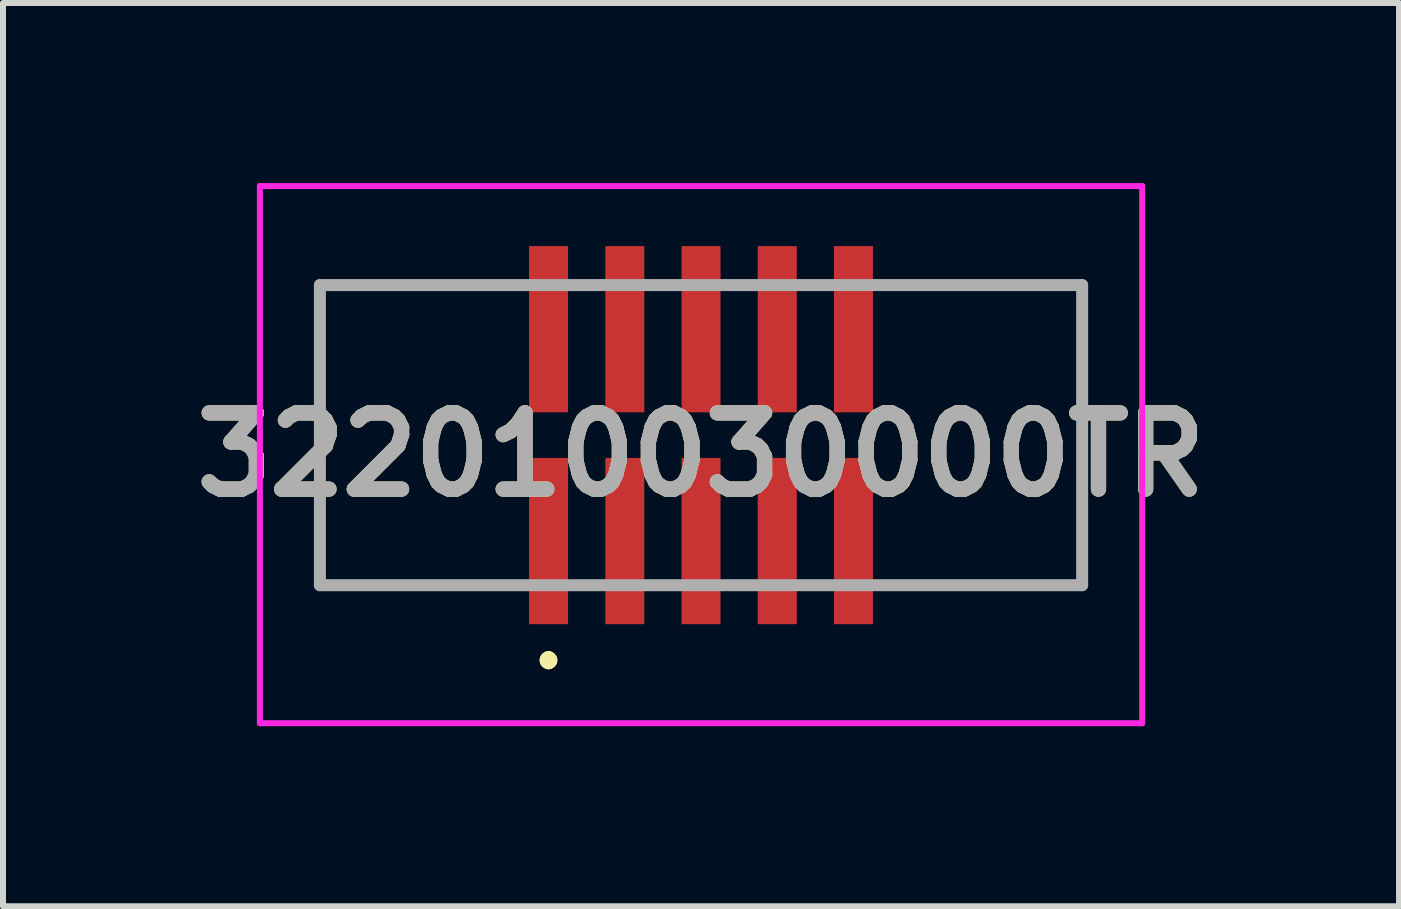
<source format=kicad_pcb>
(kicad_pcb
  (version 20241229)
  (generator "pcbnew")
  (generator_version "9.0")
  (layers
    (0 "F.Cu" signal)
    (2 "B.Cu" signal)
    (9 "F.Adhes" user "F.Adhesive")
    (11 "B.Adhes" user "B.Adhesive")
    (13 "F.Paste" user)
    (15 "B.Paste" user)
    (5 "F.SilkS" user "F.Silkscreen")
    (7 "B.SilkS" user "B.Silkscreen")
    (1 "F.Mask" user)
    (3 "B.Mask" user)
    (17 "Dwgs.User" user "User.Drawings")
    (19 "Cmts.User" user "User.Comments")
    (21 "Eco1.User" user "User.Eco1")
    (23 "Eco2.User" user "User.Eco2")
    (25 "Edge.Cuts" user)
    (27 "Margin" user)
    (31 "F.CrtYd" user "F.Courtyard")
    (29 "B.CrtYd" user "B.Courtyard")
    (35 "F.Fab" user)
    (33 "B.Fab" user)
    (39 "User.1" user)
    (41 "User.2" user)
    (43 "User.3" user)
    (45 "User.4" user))
  (footprint "322010030000TR"
    (layer "F.Cu")
    (at 8.63 4.2)
    (property "Reference" "322010030000TR" (at 0 0.325 0) (layer "F.SilkS") (effects (font (size 1.27 1.27) (thickness 0.254))))
    (attr smd)
    (fp_line (start -6.35 -2.5) (end -6.35 -2.5) (stroke (width 0.1) (type solid)) (layer "F.SilkS"))
    (fp_line (start -6.35 -2.5) (end -6.35 -2.5) (stroke (width 0.1) (type solid)) (layer "F.SilkS"))
    (fp_line (start -6.35 -2.5) (end -6.35 2.5) (stroke (width 0.1) (type solid)) (layer "F.SilkS"))
    (fp_line (start -6.35 -2.5) (end -3.5 -2.5) (stroke (width 0.1) (type solid)) (layer "F.SilkS"))
    (fp_line (start -6.35 2.5) (end -6.35 -2.5) (stroke (width 0.1) (type solid)) (layer "F.SilkS"))
    (fp_line (start -6.35 2.5) (end -6.35 2.5) (stroke (width 0.1) (type solid)) (layer "F.SilkS"))
    (fp_line (start -6.35 2.5) (end -6.35 2.5) (stroke (width 0.1) (type solid)) (layer "F.SilkS"))
    (fp_line (start -6.35 2.5) (end -3.5 2.5) (stroke (width 0.1) (type solid)) (layer "F.SilkS"))
    (fp_line (start -3.5 -2.5) (end -6.35 -2.5) (stroke (width 0.1) (type solid)) (layer "F.SilkS"))
    (fp_line (start -3.5 -2.5) (end -3.5 -2.5) (stroke (width 0.1) (type solid)) (layer "F.SilkS"))
    (fp_line (start -3.5 2.5) (end -6.35 2.5) (stroke (width 0.1) (type solid)) (layer "F.SilkS"))
    (fp_line (start -3.5 2.5) (end -3.5 2.5) (stroke (width 0.1) (type solid)) (layer "F.SilkS"))
    (fp_line (start -2.54 3.7) (end -2.54 3.7) (stroke (width 0.2) (type solid)) (layer "F.SilkS"))
    (fp_line (start -2.54 3.7) (end -2.54 3.7) (stroke (width 0.2) (type solid)) (layer "F.SilkS"))
    (fp_line (start -2.54 3.8) (end -2.54 3.8) (stroke (width 0.2) (type solid)) (layer "F.SilkS"))
    (fp_line (start 3.5 -2.5) (end 3.5 -2.5) (stroke (width 0.1) (type solid)) (layer "F.SilkS"))
    (fp_line (start 3.5 -2.5) (end 6.35 -2.5) (stroke (width 0.1) (type solid)) (layer "F.SilkS"))
    (fp_line (start 3.5 2.5) (end 3.5 2.5) (stroke (width 0.1) (type solid)) (layer "F.SilkS"))
    (fp_line (start 3.5 2.5) (end 6.35 2.5) (stroke (width 0.1) (type solid)) (layer "F.SilkS"))
    (fp_line (start 6.35 -2.5) (end 3.5 -2.5) (stroke (width 0.1) (type solid)) (layer "F.SilkS"))
    (fp_line (start 6.35 -2.5) (end 6.35 -2.5) (stroke (width 0.1) (type solid)) (layer "F.SilkS"))
    (fp_line (start 6.35 -2.5) (end 6.35 -2.5) (stroke (width 0.1) (type solid)) (layer "F.SilkS"))
    (fp_line (start 6.35 -2.5) (end 6.35 2.5) (stroke (width 0.1) (type solid)) (layer "F.SilkS"))
    (fp_line (start 6.35 2.5) (end 3.5 2.5) (stroke (width 0.1) (type solid)) (layer "F.SilkS"))
    (fp_line (start 6.35 2.5) (end 6.35 -2.5) (stroke (width 0.1) (type solid)) (layer "F.SilkS"))
    (fp_line (start 6.35 2.5) (end 6.35 2.5) (stroke (width 0.1) (type solid)) (layer "F.SilkS"))
    (fp_line (start 6.35 2.5) (end 6.35 2.5) (stroke (width 0.1) (type solid)) (layer "F.SilkS"))
    (fp_arc (start -2.54 3.7) (mid -2.49 3.75) (end -2.54 3.8) (stroke (width 0.2) (type solid)) (layer "F.SilkS"))
    (fp_arc (start -2.54 3.8) (mid -2.59 3.75) (end -2.54 3.7) (stroke (width 0.2) (type solid)) (layer "F.SilkS"))
    (fp_arc (start -2.54 3.8) (mid -2.59 3.75) (end -2.54 3.7) (stroke (width 0.2) (type solid)) (layer "F.SilkS"))
    (fp_line (start -7.35 -4.15) (end 7.35 -4.15) (stroke (width 0.1) (type solid)) (layer "F.CrtYd"))
    (fp_line (start -7.35 4.8) (end -7.35 -4.15) (stroke (width 0.1) (type solid)) (layer "F.CrtYd"))
    (fp_line (start 7.35 -4.15) (end 7.35 4.8) (stroke (width 0.1) (type solid)) (layer "F.CrtYd"))
    (fp_line (start 7.35 4.8) (end -7.35 4.8) (stroke (width 0.1) (type solid)) (layer "F.CrtYd"))
    (fp_line (start -6.35 -2.5) (end -6.35 2.5) (stroke (width 0.2) (type solid)) (layer "F.Fab"))
    (fp_line (start -6.35 2.5) (end 6.35 2.5) (stroke (width 0.2) (type solid)) (layer "F.Fab"))
    (fp_line (start 6.35 -2.5) (end -6.35 -2.5) (stroke (width 0.2) (type solid)) (layer "F.Fab"))
    (fp_line (start 6.35 2.5) (end 6.35 -2.5) (stroke (width 0.2) (type solid)) (layer "F.Fab"))
    (fp_text user "${REFERENCE}" (at 0 0.325 0) (layer "F.Fab") (effects (font (size 1.27 1.27) (thickness 0.254))))
    (pad "1" smd rect (at -2.54 1.765) (size 0.65 2.77) (layers "F.Cu" "F.Mask" "F.Paste"))
    (pad "2" smd rect (at -2.54 -1.765) (size 0.65 2.77) (layers "F.Cu" "F.Mask" "F.Paste"))
    (pad "3" smd rect (at -1.27 1.765) (size 0.65 2.77) (layers "F.Cu" "F.Mask" "F.Paste"))
    (pad "4" smd rect (at -1.27 -1.765) (size 0.65 2.77) (layers "F.Cu" "F.Mask" "F.Paste"))
    (pad "5" smd rect (at 0 1.765) (size 0.65 2.77) (layers "F.Cu" "F.Mask" "F.Paste"))
    (pad "6" smd rect (at 0 -1.765) (size 0.65 2.77) (layers "F.Cu" "F.Mask" "F.Paste"))
    (pad "7" smd rect (at 1.27 1.765) (size 0.65 2.77) (layers "F.Cu" "F.Mask" "F.Paste"))
    (pad "8" smd rect (at 1.27 -1.765) (size 0.65 2.77) (layers "F.Cu" "F.Mask" "F.Paste"))
    (pad "9" smd rect (at 2.54 1.765) (size 0.65 2.77) (layers "F.Cu" "F.Mask" "F.Paste"))
    (pad "10" smd rect (at 2.54 -1.765) (size 0.65 2.77) (layers "F.Cu" "F.Mask" "F.Paste")))
  (gr_rect
    (start -3 -3)
    (end 20.26 12.05)
    (stroke (width 0.1) (type default))
    (fill no)
    (layer "Edge.Cuts")))
</source>
